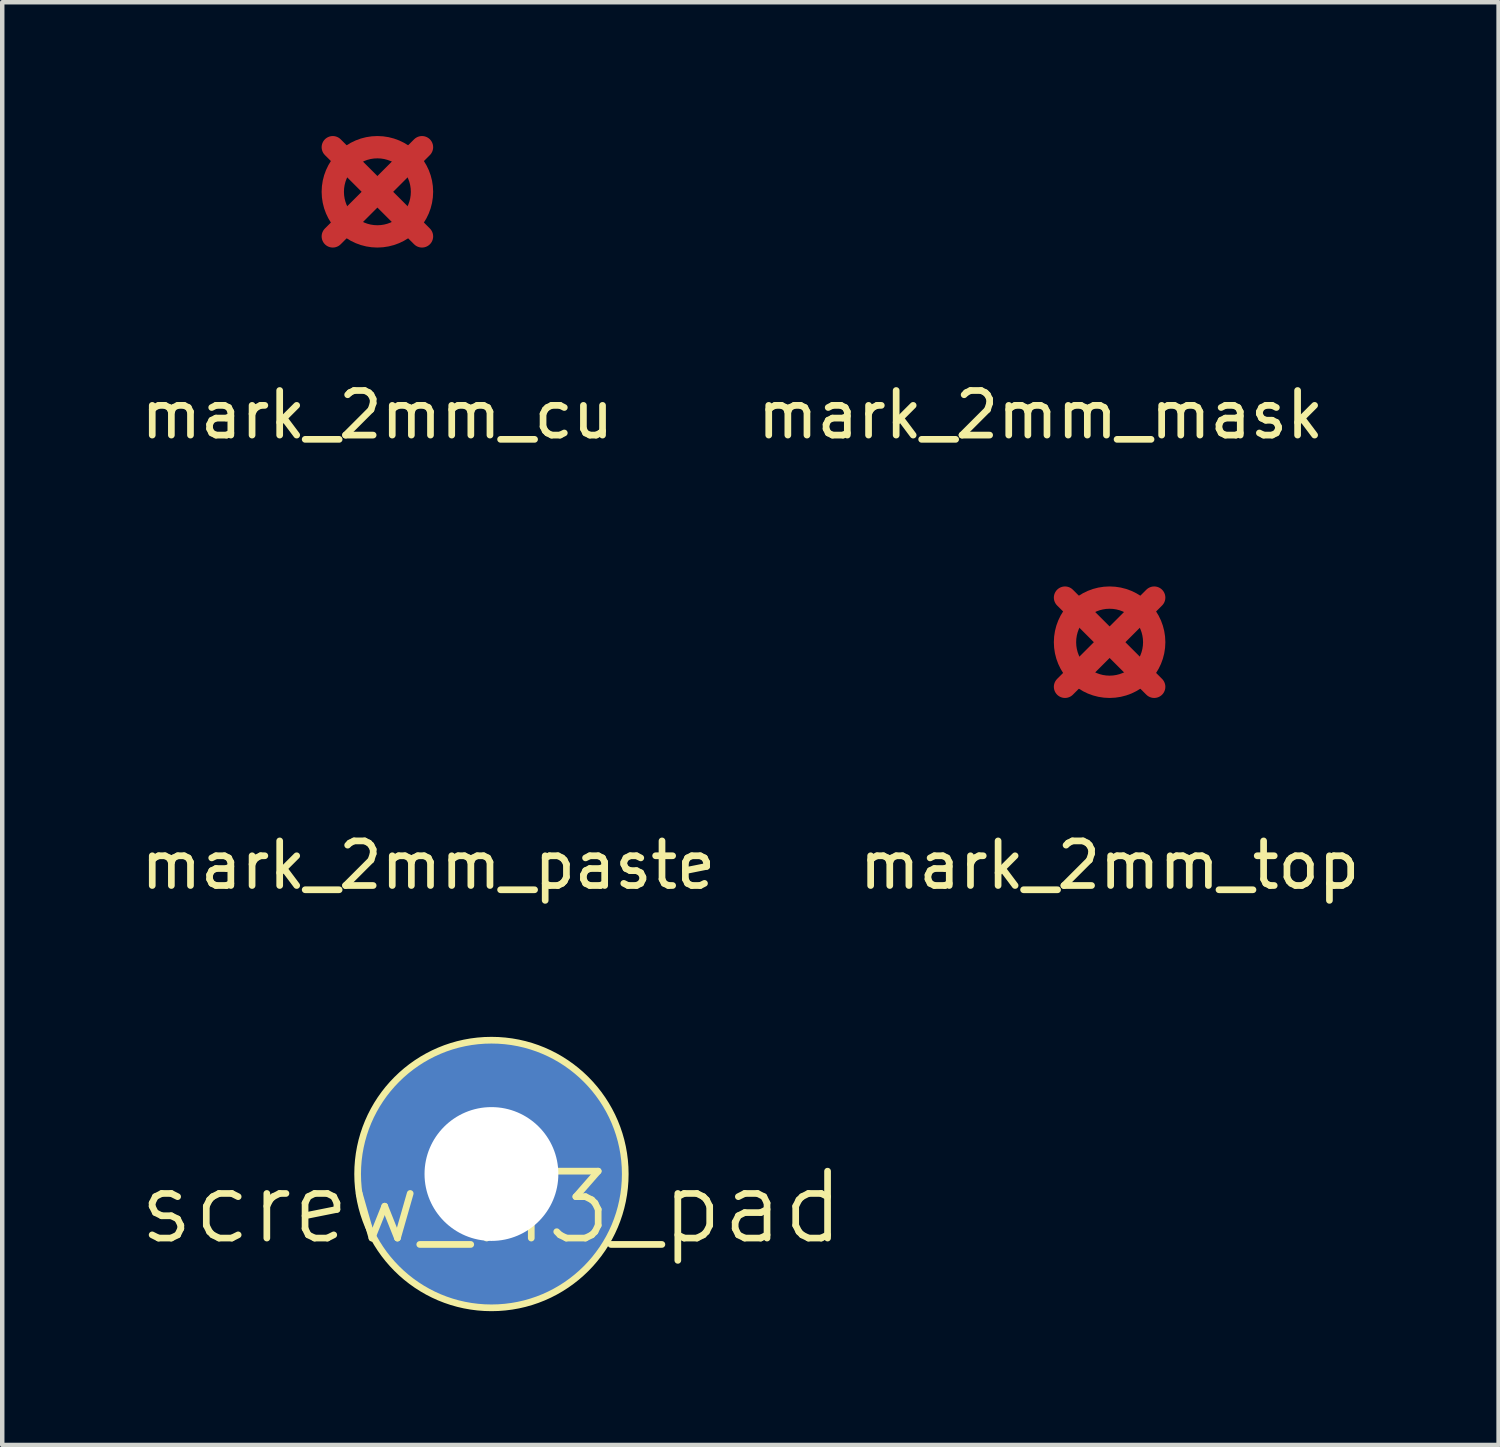
<source format=kicad_pcb>
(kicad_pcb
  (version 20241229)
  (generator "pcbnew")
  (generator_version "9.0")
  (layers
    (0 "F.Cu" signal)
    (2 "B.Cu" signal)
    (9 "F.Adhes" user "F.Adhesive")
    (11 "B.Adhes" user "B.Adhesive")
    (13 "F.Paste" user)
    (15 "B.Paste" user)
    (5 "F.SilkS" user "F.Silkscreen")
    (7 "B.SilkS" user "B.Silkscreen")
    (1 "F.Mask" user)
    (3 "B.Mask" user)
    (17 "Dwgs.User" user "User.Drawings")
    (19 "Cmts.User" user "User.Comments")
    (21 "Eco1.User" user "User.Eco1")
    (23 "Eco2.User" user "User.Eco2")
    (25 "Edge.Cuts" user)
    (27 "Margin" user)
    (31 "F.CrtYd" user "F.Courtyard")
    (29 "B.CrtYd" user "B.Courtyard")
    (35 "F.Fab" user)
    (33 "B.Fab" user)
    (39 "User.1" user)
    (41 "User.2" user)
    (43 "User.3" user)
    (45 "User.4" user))
  (footprint "mark_2mm_mask"
    (layer "F.Cu")
    (at 20.28 1.25)
    (property "Reference" "mark_2mm_mask" (at 0 5 0) (layer "F.SilkS") (effects (font (size 1 1) (thickness 0.15))))
    (attr through_hole)
    (fp_line (start -1 -1) (end 1 1) (stroke (width 0.5) (type solid)) (layer "F.Mask"))
    (fp_line (start 1 -1) (end -1 1) (stroke (width 0.5) (type solid)) (layer "F.Mask"))
    (fp_circle (center 0 0) (end 1 0) (stroke (width 0.5) (type solid)) (fill no) (layer "F.Mask")))
  (footprint "mark_2mm_paste"
    (layer "F.Cu")
    (at 6.554 11.348)
    (property "Reference" "mark_2mm_paste" (at 0 5 0) (layer "F.SilkS") (effects (font (size 1 1) (thickness 0.15))))
    (attr through_hole)
    (fp_line (start -1 -1) (end 1 1) (stroke (width 0.5) (type solid)) (layer "F.Paste"))
    (fp_line (start 1 -1) (end -1 1) (stroke (width 0.5) (type solid)) (layer "F.Paste"))
    (fp_circle (center 0 0) (end 1 0) (stroke (width 0.5) (type solid)) (fill no) (layer "F.Paste")))
  (footprint "mark_2mm_top"
    (layer "F.Cu")
    (at 21.827 11.348)
    (property "Reference" "mark_2mm_top" (at 0 5 0) (layer "F.SilkS") (effects (font (size 1 1) (thickness 0.15))))
    (attr through_hole)
    (fp_line (start -1 -1) (end 1 1) (stroke (width 0.5) (type solid)) (layer "F.Cu"))
    (fp_line (start 1 -1) (end -1 1) (stroke (width 0.5) (type solid)) (layer "F.Cu"))
    (fp_circle (center 0 0) (end 1 0) (stroke (width 0.5) (type solid)) (fill no) (layer "F.Cu"))
    (fp_line (start -1 -1) (end 1 1) (stroke (width 0.5) (type solid)) (layer "F.Mask"))
    (fp_line (start 1 -1) (end -1 1) (stroke (width 0.5) (type solid)) (layer "F.Mask"))
    (fp_circle (center 0 0) (end 1 0) (stroke (width 0.5) (type solid)) (fill no) (layer "F.Mask")))
  (footprint "mark_2mm_cu"
    (layer "F.Cu")
    (at 5.411 1.25)
    (property "Reference" "mark_2mm_cu" (at 0 5 0) (layer "F.SilkS") (effects (font (size 1 1) (thickness 0.15))))
    (attr through_hole)
    (fp_line (start -1 -1) (end 1 1) (stroke (width 0.5) (type solid)) (layer "F.Cu"))
    (fp_line (start 1 -1) (end -1 1) (stroke (width 0.5) (type solid)) (layer "F.Cu"))
    (fp_circle (center 0 0) (end 1 0) (stroke (width 0.5) (type solid)) (fill no) (layer "F.Cu"))
    (fp_line (start -1 -1) (end 1 1) (stroke (width 0.5) (type solid)) (layer "F.Mask"))
    (fp_line (start 1 -1) (end -1 1) (stroke (width 0.5) (type solid)) (layer "F.Mask"))
    (fp_circle (center 0 0) (end 1 0) (stroke (width 0.5) (type solid)) (fill no) (layer "F.Mask")))
  (footprint "screw_M3_pad"
    (layer "F.Cu")
    (at 7.968 23.271)
    (property "Reference" "screw_M3_pad" (at 0 0.75 0) (layer "F.SilkS") (effects (font (size 1.5 1.5) (thickness 0.15))))
    (attr through_hole)
    (fp_circle (center 0 0) (end 3 0) (stroke (width 0.15) (type solid)) (fill no) (layer "F.SilkS"))
    (pad "1" thru_hole circle (at 0 0) (size 6 6) (drill 3) (layers "*.Cu" "*.Mask")))
  (gr_rect
    (start -3 -3)
    (end 30.548 29.346)
    (stroke (width 0.1) (type default))
    (fill no)
    (layer "Edge.Cuts")))
</source>
